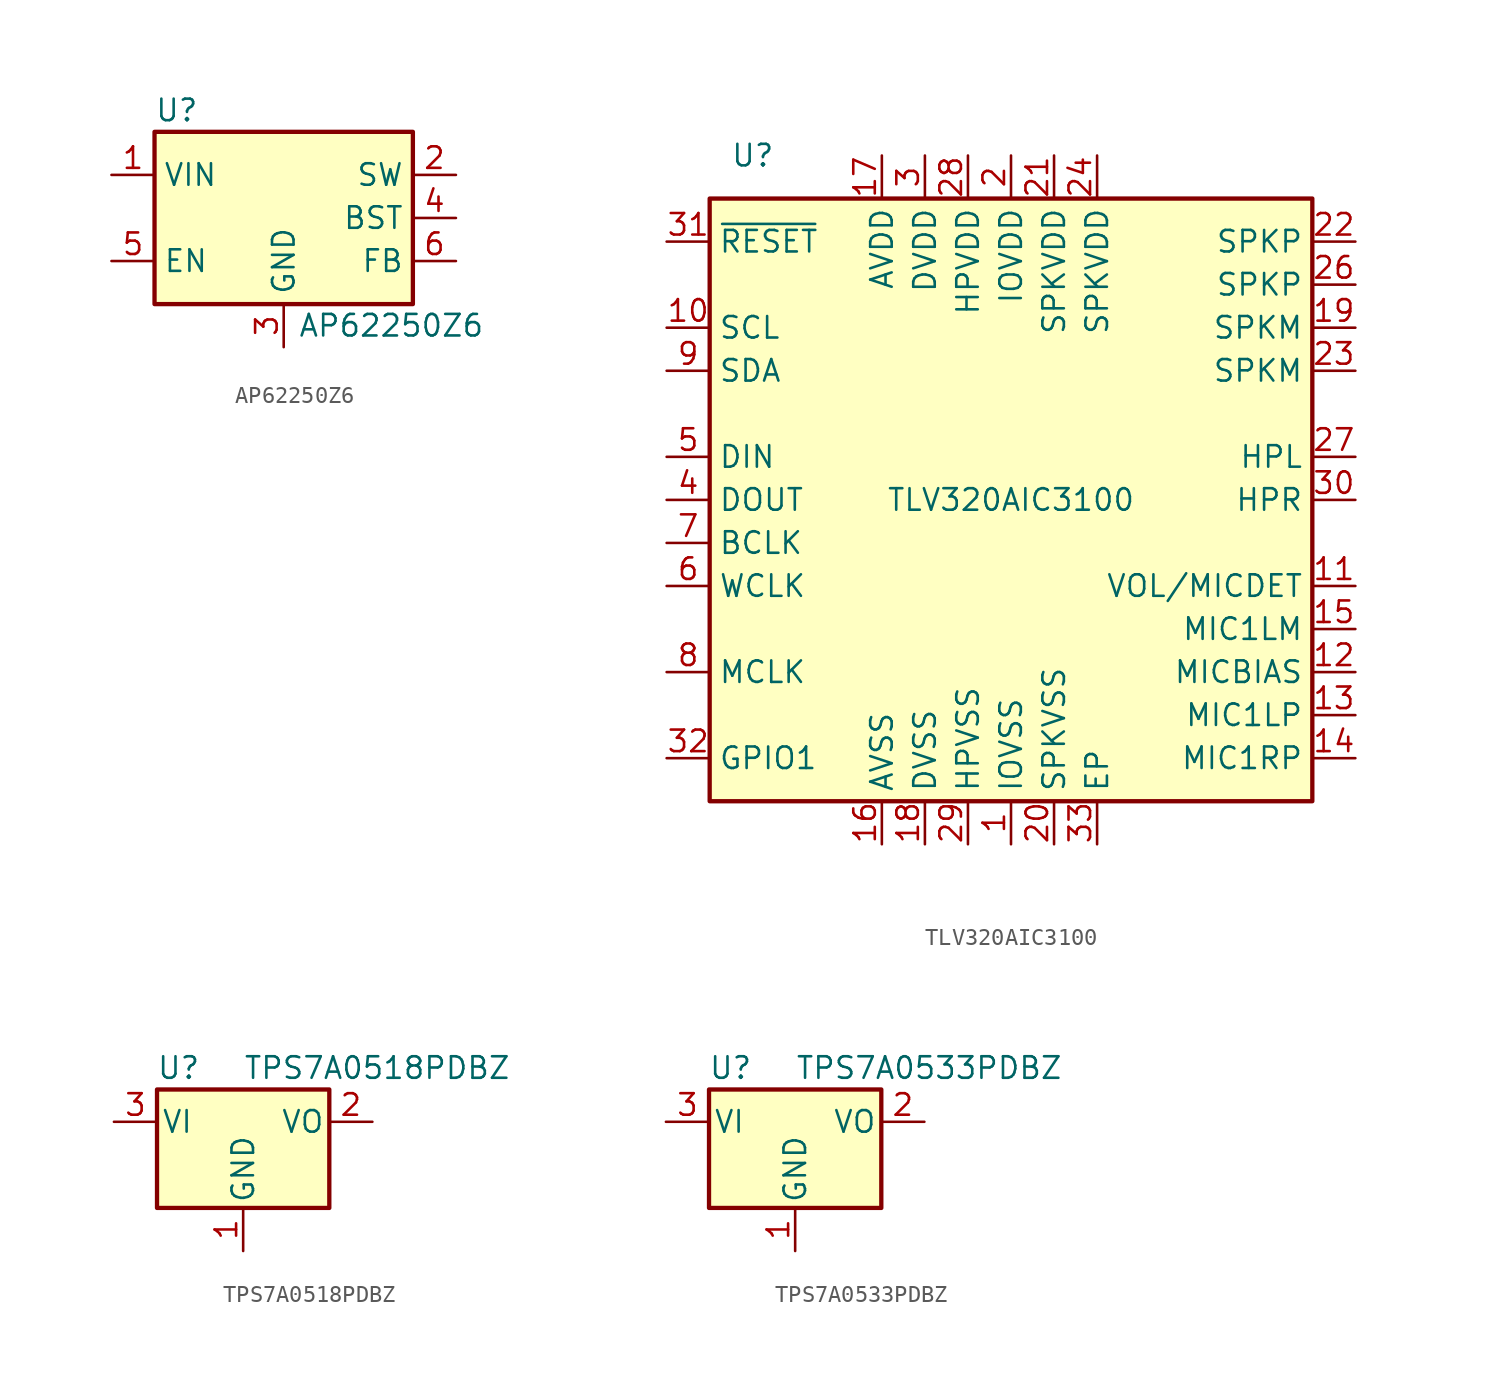
<source format=kicad_sym>
(kicad_symbol_lib
  (version 20220914)
  (generator kicad_symbol_editor)
  (symbol "AP62250Z6"
    (property "Reference" "U"
      (at -7.62 6.35 0)
      (effects (font (size 1.27 1.27)) (justify left)))
    (property "Value" "AP62250Z6"
      (at 6.35 -6.35 0)
      (effects (font (size 1.27 1.27))))
    (symbol "AP62250Z6_0_1"
      (rectangle (start -7.62 5.08) (end 7.62 -5.08) (stroke (width 0.254) (type default)) (fill (type background))))
    (symbol "AP62250Z6_1_1"
      (pin power_in line (at -10.16 2.54 0) (length 2.54) (name "VIN" (effects (font (size 1.27 1.27)))) (number "1" (effects (font (size 1.27 1.27)))))
      (pin output line (at 10.16 2.54 180) (length 2.54) (name "SW" (effects (font (size 1.27 1.27)))) (number "2" (effects (font (size 1.27 1.27)))))
      (pin power_in line (at 0 -7.62 90) (length 2.54) (name "GND" (effects (font (size 1.27 1.27)))) (number "3" (effects (font (size 1.27 1.27)))))
      (pin passive line (at 10.16 0 180) (length 2.54) (name "BST" (effects (font (size 1.27 1.27)))) (number "4" (effects (font (size 1.27 1.27)))))
      (pin input line (at -10.16 -2.54 0) (length 2.54) (name "EN" (effects (font (size 1.27 1.27)))) (number "5" (effects (font (size 1.27 1.27)))))
      (pin input line (at 10.16 -2.54 180) (length 2.54) (name "FB" (effects (font (size 1.27 1.27)))) (number "6" (effects (font (size 1.27 1.27)))))))
  (symbol "TLV320AIC3100"
    (property "Reference" "U"
      (at -15.24 20.32 0)
      (effects (font (size 1.27 1.27))))
    (property "Value" "TLV320AIC3100"
      (at 0 0 0)
      (effects (font (size 1.27 1.27))))
    (symbol "TLV320AIC3100_0_1"
      (rectangle (start -17.78 17.78) (end 17.78 -17.78) (stroke (width 0.254) (type default)) (fill (type background))))
    (symbol "TLV320AIC3100_1_1"
      (pin power_in line (at 0 -20.32 90) (length 2.54) (name "IOVSS" (effects (font (size 1.27 1.27)))) (number "1" (effects (font (size 1.27 1.27)))))
      (pin input line (at -20.32 10.16 0) (length 2.54) (name "SCL" (effects (font (size 1.27 1.27)))) (number "10" (effects (font (size 1.27 1.27)))))
      (pin input line (at 20.32 -5.08 180) (length 2.54) (name "VOL/MICDET" (effects (font (size 1.27 1.27)))) (number "11" (effects (font (size 1.27 1.27)))))
      (pin power_out line (at 20.32 -10.16 180) (length 2.54) (name "MICBIAS" (effects (font (size 1.27 1.27)))) (number "12" (effects (font (size 1.27 1.27)))))
      (pin input line (at 20.32 -12.7 180) (length 2.54) (name "MIC1LP" (effects (font (size 1.27 1.27)))) (number "13" (effects (font (size 1.27 1.27)))))
      (pin input line (at 20.32 -15.24 180) (length 2.54) (name "MIC1RP" (effects (font (size 1.27 1.27)))) (number "14" (effects (font (size 1.27 1.27)))))
      (pin input line (at 20.32 -7.62 180) (length 2.54) (name "MIC1LM" (effects (font (size 1.27 1.27)))) (number "15" (effects (font (size 1.27 1.27)))))
      (pin power_in line (at -7.62 -20.32 90) (length 2.54) (name "AVSS" (effects (font (size 1.27 1.27)))) (number "16" (effects (font (size 1.27 1.27)))))
      (pin power_in line (at -7.62 20.32 270) (length 2.54) (name "AVDD" (effects (font (size 1.27 1.27)))) (number "17" (effects (font (size 1.27 1.27)))))
      (pin power_in line (at -5.08 -20.32 90) (length 2.54) (name "DVSS" (effects (font (size 1.27 1.27)))) (number "18" (effects (font (size 1.27 1.27)))))
      (pin output line (at 20.32 10.16 180) (length 2.54) (name "SPKM" (effects (font (size 1.27 1.27)))) (number "19" (effects (font (size 1.27 1.27)))))
      (pin power_in line (at 0 20.32 270) (length 2.54) (name "IOVDD" (effects (font (size 1.27 1.27)))) (number "2" (effects (font (size 1.27 1.27)))))
      (pin power_in line (at 2.54 -20.32 90) (length 2.54) (name "SPKVSS" (effects (font (size 1.27 1.27)))) (number "20" (effects (font (size 1.27 1.27)))))
      (pin power_in line (at 2.54 20.32 270) (length 2.54) (name "SPKVDD" (effects (font (size 1.27 1.27)))) (number "21" (effects (font (size 1.27 1.27)))))
      (pin output line (at 20.32 15.24 180) (length 2.54) (name "SPKP" (effects (font (size 1.27 1.27)))) (number "22" (effects (font (size 1.27 1.27)))))
      (pin passive line (at 20.32 7.62 180) (length 2.54) (name "SPKM" (effects (font (size 1.27 1.27)))) (number "23" (effects (font (size 1.27 1.27)))))
      (pin power_in line (at 5.08 20.32 270) (length 2.54) (name "SPKVDD" (effects (font (size 1.27 1.27)))) (number "24" (effects (font (size 1.27 1.27)))))
      (pin passive line (at 2.54 -20.32 90) (length 2.54) hide (name "SPKVSS" (effects (font (size 1.27 1.27)))) (number "25" (effects (font (size 1.27 1.27)))))
      (pin output line (at 20.32 12.7 180) (length 2.54) (name "SPKP" (effects (font (size 1.27 1.27)))) (number "26" (effects (font (size 1.27 1.27)))))
      (pin output line (at 20.32 2.54 180) (length 2.54) (name "HPL" (effects (font (size 1.27 1.27)))) (number "27" (effects (font (size 1.27 1.27)))))
      (pin power_in line (at -2.54 20.32 270) (length 2.54) (name "HPVDD" (effects (font (size 1.27 1.27)))) (number "28" (effects (font (size 1.27 1.27)))))
      (pin power_in line (at -2.54 -20.32 90) (length 2.54) (name "HPVSS" (effects (font (size 1.27 1.27)))) (number "29" (effects (font (size 1.27 1.27)))))
      (pin power_in line (at -5.08 20.32 270) (length 2.54) (name "DVDD" (effects (font (size 1.27 1.27)))) (number "3" (effects (font (size 1.27 1.27)))))
      (pin output line (at 20.32 0 180) (length 2.54) (name "HPR" (effects (font (size 1.27 1.27)))) (number "30" (effects (font (size 1.27 1.27)))))
      (pin input line (at -20.32 15.24 0) (length 2.54) (name "~{RESET}" (effects (font (size 1.27 1.27)))) (number "31" (effects (font (size 1.27 1.27)))))
      (pin bidirectional line (at -20.32 -15.24 0) (length 2.54) (name "GPIO1" (effects (font (size 1.27 1.27)))) (number "32" (effects (font (size 1.27 1.27)))))
      (pin power_in line (at 5.08 -20.32 90) (length 2.54) (name "EP" (effects (font (size 1.27 1.27)))) (number "33" (effects (font (size 1.27 1.27)))))
      (pin output line (at -20.32 0 0) (length 2.54) (name "DOUT" (effects (font (size 1.27 1.27)))) (number "4" (effects (font (size 1.27 1.27)))))
      (pin input line (at -20.32 2.54 0) (length 2.54) (name "DIN" (effects (font (size 1.27 1.27)))) (number "5" (effects (font (size 1.27 1.27)))))
      (pin bidirectional line (at -20.32 -5.08 0) (length 2.54) (name "WCLK" (effects (font (size 1.27 1.27)))) (number "6" (effects (font (size 1.27 1.27)))))
      (pin bidirectional line (at -20.32 -2.54 0) (length 2.54) (name "BCLK" (effects (font (size 1.27 1.27)))) (number "7" (effects (font (size 1.27 1.27)))))
      (pin input line (at -20.32 -10.16 0) (length 2.54) (name "MCLK" (effects (font (size 1.27 1.27)))) (number "8" (effects (font (size 1.27 1.27)))))
      (pin bidirectional line (at -20.32 7.62 0) (length 2.54) (name "SDA" (effects (font (size 1.27 1.27)))) (number "9" (effects (font (size 1.27 1.27)))))))
  (symbol "TPS7A0518PDBZ"
    (pin_names
      (offset 0.254))
    (property "Reference" "U"
      (at -3.81 3.175 0)
      (effects (font (size 1.27 1.27))))
    (property "Value" "TPS7A0518PDBZ"
      (at 0 3.175 0)
      (effects (font (size 1.27 1.27)) (justify left)))
    (symbol "TPS7A0518PDBZ_0_1"
      (rectangle (start -5.08 -5.08) (end 5.08 1.905) (stroke (width 0.254) (type default)) (fill (type background))))
    (symbol "TPS7A0518PDBZ_1_1"
      (pin power_in line (at 0 -7.62 90) (length 2.54) (name "GND" (effects (font (size 1.27 1.27)))) (number "1" (effects (font (size 1.27 1.27)))))
      (pin power_out line (at 7.62 0 180) (length 2.54) (name "VO" (effects (font (size 1.27 1.27)))) (number "2" (effects (font (size 1.27 1.27)))))
      (pin power_in line (at -7.62 0 0) (length 2.54) (name "VI" (effects (font (size 1.27 1.27)))) (number "3" (effects (font (size 1.27 1.27)))))))
  (symbol "TPS7A0533PDBZ"
    (pin_names
      (offset 0.254))
    (property "Reference" "U"
      (at -3.81 3.175 0)
      (effects (font (size 1.27 1.27))))
    (property "Value" "TPS7A0533PDBZ"
      (at 0 3.175 0)
      (effects (font (size 1.27 1.27)) (justify left)))
    (symbol "TPS7A0533PDBZ_0_1"
      (rectangle (start -5.08 -5.08) (end 5.08 1.905) (stroke (width 0.254) (type default)) (fill (type background))))
    (symbol "TPS7A0533PDBZ_1_1"
      (pin power_in line (at 0 -7.62 90) (length 2.54) (name "GND" (effects (font (size 1.27 1.27)))) (number "1" (effects (font (size 1.27 1.27)))))
      (pin power_out line (at 7.62 0 180) (length 2.54) (name "VO" (effects (font (size 1.27 1.27)))) (number "2" (effects (font (size 1.27 1.27)))))
      (pin power_in line (at -7.62 0 0) (length 2.54) (name "VI" (effects (font (size 1.27 1.27)))) (number "3" (effects (font (size 1.27 1.27))))))))
</source>
